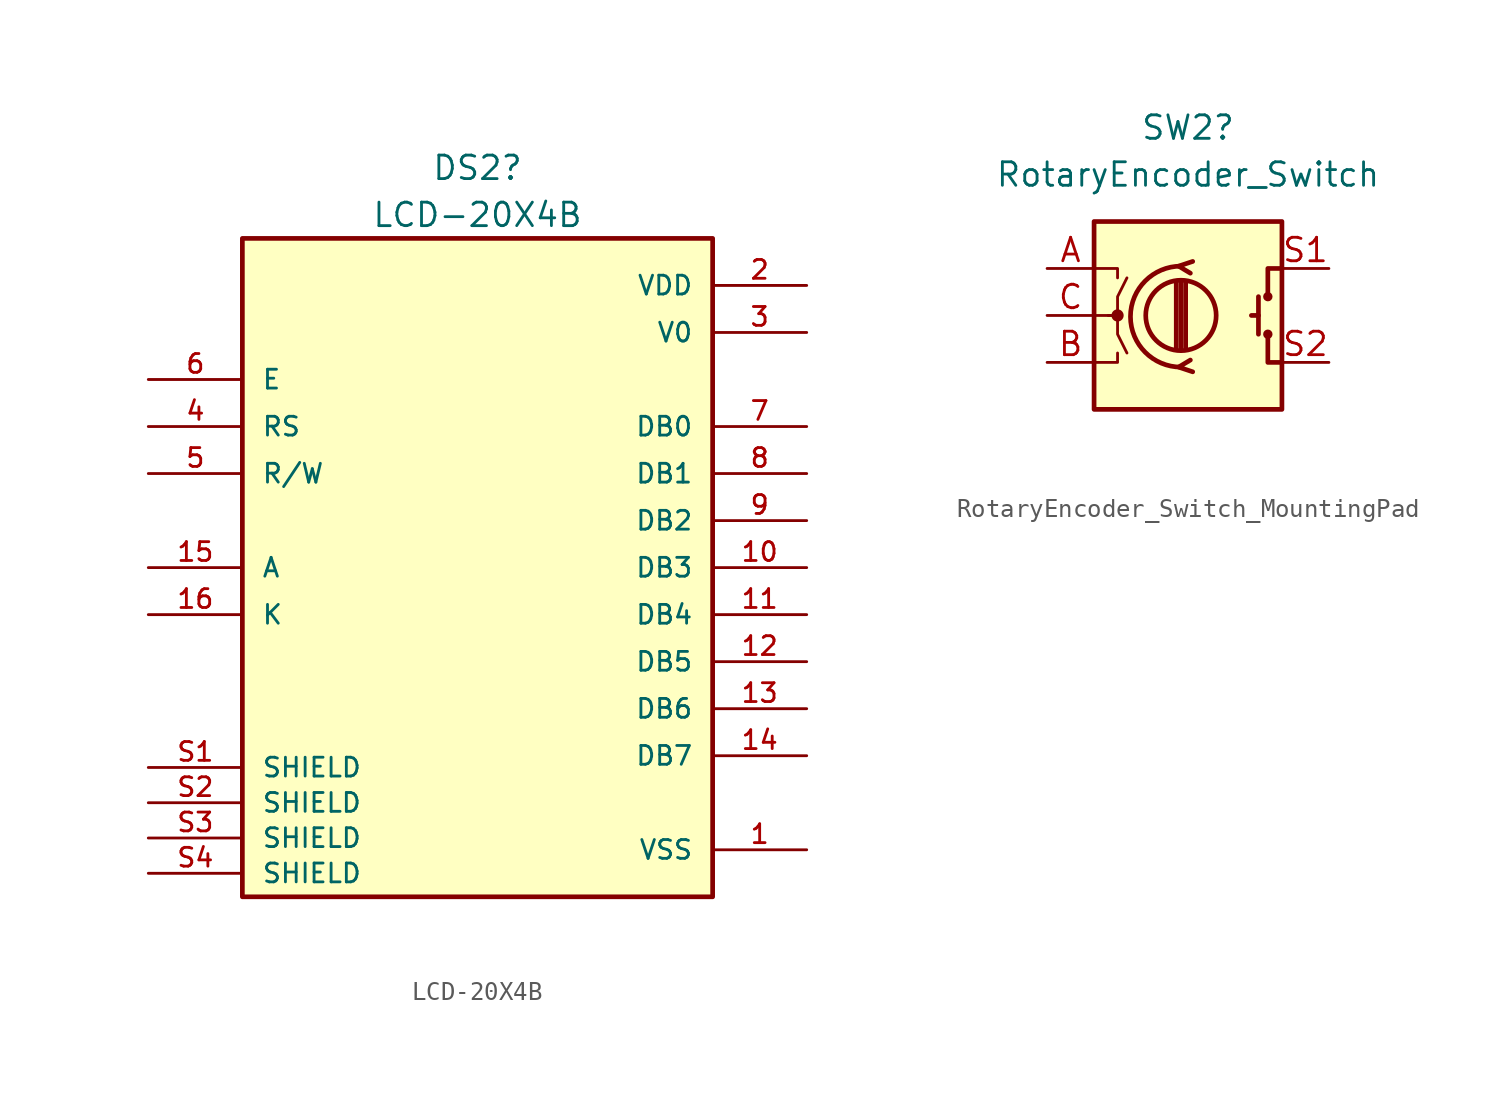
<source format=kicad_sym>
(kicad_symbol_lib
  (version 20220914)
  (generator kicad_symbol_editor)
  (symbol "LCD-20X4B"
    (pin_names
      (offset 1.016))
    (property "Reference" "DS2"
      (at 0 21.59 0)
      (effects (font (size 1.27 1.27))))
    (property "Value" "LCD-20X4B"
      (at 0 19.05 0)
      (effects (font (size 1.27 1.27))))
    (symbol "LCD-20X4B_0_0"
      (rectangle (start -12.7 -17.78) (end 12.7 17.78) (stroke (width 0.254) (type default)) (fill (type background)))
      (pin power_in line (at 17.78 -15.24 180) (length 5.08) (name "VSS" (effects (font (size 1.016 1.016)))) (number "1" (effects (font (size 1.016 1.016)))))
      (pin bidirectional line (at 17.78 0 180) (length 5.08) (name "DB3" (effects (font (size 1.016 1.016)))) (number "10" (effects (font (size 1.016 1.016)))))
      (pin bidirectional line (at 17.78 -2.54 180) (length 5.08) (name "DB4" (effects (font (size 1.016 1.016)))) (number "11" (effects (font (size 1.016 1.016)))))
      (pin bidirectional line (at 17.78 -5.08 180) (length 5.08) (name "DB5" (effects (font (size 1.016 1.016)))) (number "12" (effects (font (size 1.016 1.016)))))
      (pin bidirectional line (at 17.78 -7.62 180) (length 5.08) (name "DB6" (effects (font (size 1.016 1.016)))) (number "13" (effects (font (size 1.016 1.016)))))
      (pin bidirectional line (at 17.78 -10.16 180) (length 5.08) (name "DB7" (effects (font (size 1.016 1.016)))) (number "14" (effects (font (size 1.016 1.016)))))
      (pin passive line (at -17.78 0 0) (length 5.08) (name "A" (effects (font (size 1.016 1.016)))) (number "15" (effects (font (size 1.016 1.016)))))
      (pin passive line (at -17.78 -2.54 0) (length 5.08) (name "K" (effects (font (size 1.016 1.016)))) (number "16" (effects (font (size 1.016 1.016)))))
      (pin power_in line (at 17.78 15.24 180) (length 5.08) (name "VDD" (effects (font (size 1.016 1.016)))) (number "2" (effects (font (size 1.016 1.016)))))
      (pin power_in line (at 17.78 12.7 180) (length 5.08) (name "V0" (effects (font (size 1.016 1.016)))) (number "3" (effects (font (size 1.016 1.016)))))
      (pin input line (at -17.78 7.62 0) (length 5.08) (name "RS" (effects (font (size 1.016 1.016)))) (number "4" (effects (font (size 1.016 1.016)))))
      (pin input line (at -17.78 5.08 0) (length 5.08) (name "R/W" (effects (font (size 1.016 1.016)))) (number "5" (effects (font (size 1.016 1.016)))))
      (pin input line (at -17.78 10.16 0) (length 5.08) (name "E" (effects (font (size 1.016 1.016)))) (number "6" (effects (font (size 1.016 1.016)))))
      (pin bidirectional line (at 17.78 7.62 180) (length 5.08) (name "DB0" (effects (font (size 1.016 1.016)))) (number "7" (effects (font (size 1.016 1.016)))))
      (pin bidirectional line (at 17.78 5.08 180) (length 5.08) (name "DB1" (effects (font (size 1.016 1.016)))) (number "8" (effects (font (size 1.016 1.016)))))
      (pin bidirectional line (at 17.78 2.54 180) (length 5.08) (name "DB2" (effects (font (size 1.016 1.016)))) (number "9" (effects (font (size 1.016 1.016)))))
      (pin passive line (at -17.78 -10.795 0) (length 5.08) (name "SHIELD" (effects (font (size 1.016 1.016)))) (number "S1" (effects (font (size 1.016 1.016)))))
      (pin passive line (at -17.78 -12.7 0) (length 5.08) (name "SHIELD" (effects (font (size 1.016 1.016)))) (number "S2" (effects (font (size 1.016 1.016)))))
      (pin passive line (at -17.78 -14.605 0) (length 5.08) (name "SHIELD" (effects (font (size 1.016 1.016)))) (number "S3" (effects (font (size 1.016 1.016)))))
      (pin passive line (at -17.78 -16.51 0) (length 5.08) (name "SHIELD" (effects (font (size 1.016 1.016)))) (number "S4" (effects (font (size 1.016 1.016)))))))
  (symbol "RotaryEncoder_Switch_MountingPad"
    (pin_names
      (offset 0.254) hide)
    (property "Reference" "SW2"
      (at 0 10.16 0)
      (effects (font (size 1.27 1.27))))
    (property "Value" "RotaryEncoder_Switch"
      (at 0 7.62 0)
      (effects (font (size 1.27 1.27))))
    (symbol "RotaryEncoder_Switch_MountingPad_0_1"
      (rectangle (start -5.08 5.08) (end 5.08 -5.08) (stroke (width 0.254) (type default)) (fill (type background)))
      (circle (center -3.81 0) (radius 0.254) (stroke (width 0) (type default)) (fill (type outline)))
      (circle (center -0.381 0) (radius 1.905) (stroke (width 0.254) (type default)) (fill (type none)))
      (arc (start -0.381 2.667) (mid -3.0988 -0.0635) (end -0.381 -2.794) (stroke (width 0.254) (type default)) (fill (type none)))
      (polyline (pts (xy -0.635 -1.778) (xy -0.635 1.778)) (stroke (width 0.254) (type default)) (fill (type none)))
      (polyline (pts (xy -0.381 -1.778) (xy -0.381 1.778)) (stroke (width 0.254) (type default)) (fill (type none)))
      (polyline (pts (xy -0.127 1.778) (xy -0.127 -1.778)) (stroke (width 0.254) (type default)) (fill (type none)))
      (polyline (pts (xy 3.81 0) (xy 3.429 0)) (stroke (width 0.254) (type default)) (fill (type none)))
      (polyline (pts (xy 3.81 1.016) (xy 3.81 -1.016)) (stroke (width 0.254) (type default)) (fill (type none)))
      (polyline (pts (xy -5.08 -2.54) (xy -3.81 -2.54) (xy -3.81 -2.032)) (stroke (width 0) (type default)) (fill (type none)))
      (polyline (pts (xy -5.08 2.54) (xy -3.81 2.54) (xy -3.81 2.032)) (stroke (width 0) (type default)) (fill (type none)))
      (polyline (pts (xy 0.254 -3.048) (xy -0.508 -2.794) (xy 0.127 -2.413)) (stroke (width 0.254) (type default)) (fill (type none)))
      (polyline (pts (xy 0.254 2.921) (xy -0.508 2.667) (xy 0.127 2.286)) (stroke (width 0.254) (type default)) (fill (type none)))
      (polyline (pts (xy 5.08 -2.54) (xy 4.318 -2.54) (xy 4.318 -1.016)) (stroke (width 0.254) (type default)) (fill (type none)))
      (polyline (pts (xy 5.08 2.54) (xy 4.318 2.54) (xy 4.318 1.016)) (stroke (width 0.254) (type default)) (fill (type none)))
      (polyline (pts (xy -5.08 0) (xy -3.81 0) (xy -3.81 -1.016) (xy -3.302 -2.032)) (stroke (width 0) (type default)) (fill (type none)))
      (polyline (pts (xy -4.318 0) (xy -3.81 0) (xy -3.81 1.016) (xy -3.302 2.032)) (stroke (width 0) (type default)) (fill (type none)))
      (circle (center 4.318 -1.016) (radius 0.127) (stroke (width 0.254) (type default)) (fill (type none)))
      (circle (center 4.318 1.016) (radius 0.127) (stroke (width 0.254) (type default)) (fill (type none))))
    (symbol "RotaryEncoder_Switch_MountingPad_1_0"
      (pin no_connect line (at -1.905 -7.62 90) (length 2.54) hide (name "MP1" (effects (font (size 1.27 1.27)))) (number "MP1" (effects (font (size 1.27 1.27)))))
      (pin no_connect line (at -0.635 -7.62 90) (length 2.54) hide (name "MP2" (effects (font (size 1.27 1.27)))) (number "MP2" (effects (font (size 1.27 1.27)))))
      (pin no_connect line (at 0.635 -7.62 90) (length 2.54) hide (name "MP3" (effects (font (size 1.27 1.27)))) (number "MP3" (effects (font (size 1.27 1.27)))))
      (pin no_connect line (at 1.905 -7.62 90) (length 2.54) hide (name "MP4" (effects (font (size 1.27 1.27)))) (number "MP4" (effects (font (size 1.27 1.27)))))
      (pin no_connect line (at 3.175 -7.62 90) (length 2.54) hide (name "MP5" (effects (font (size 1.27 1.27)))) (number "MP5" (effects (font (size 1.27 1.27)))))
      (pin no_connect line (at -3.175 -7.62 90) (length 2.54) hide (name "MP6" (effects (font (size 1.27 1.27)))) (number "MP6" (effects (font (size 1.27 1.27))))))
    (symbol "RotaryEncoder_Switch_MountingPad_1_1"
      (pin passive line (at -7.62 2.54 0) (length 2.54) (name "A" (effects (font (size 1.27 1.27)))) (number "A" (effects (font (size 1.27 1.27)))))
      (pin passive line (at -7.62 -2.54 0) (length 2.54) (name "B" (effects (font (size 1.27 1.27)))) (number "B" (effects (font (size 1.27 1.27)))))
      (pin passive line (at -7.62 0 0) (length 2.54) (name "C" (effects (font (size 1.27 1.27)))) (number "C" (effects (font (size 1.27 1.27)))))
      (pin passive line (at 7.62 2.54 180) (length 2.54) (name "S1" (effects (font (size 1.27 1.27)))) (number "S1" (effects (font (size 1.27 1.27)))))
      (pin passive line (at 7.62 -2.54 180) (length 2.54) (name "S2" (effects (font (size 1.27 1.27)))) (number "S2" (effects (font (size 1.27 1.27))))))))
</source>
